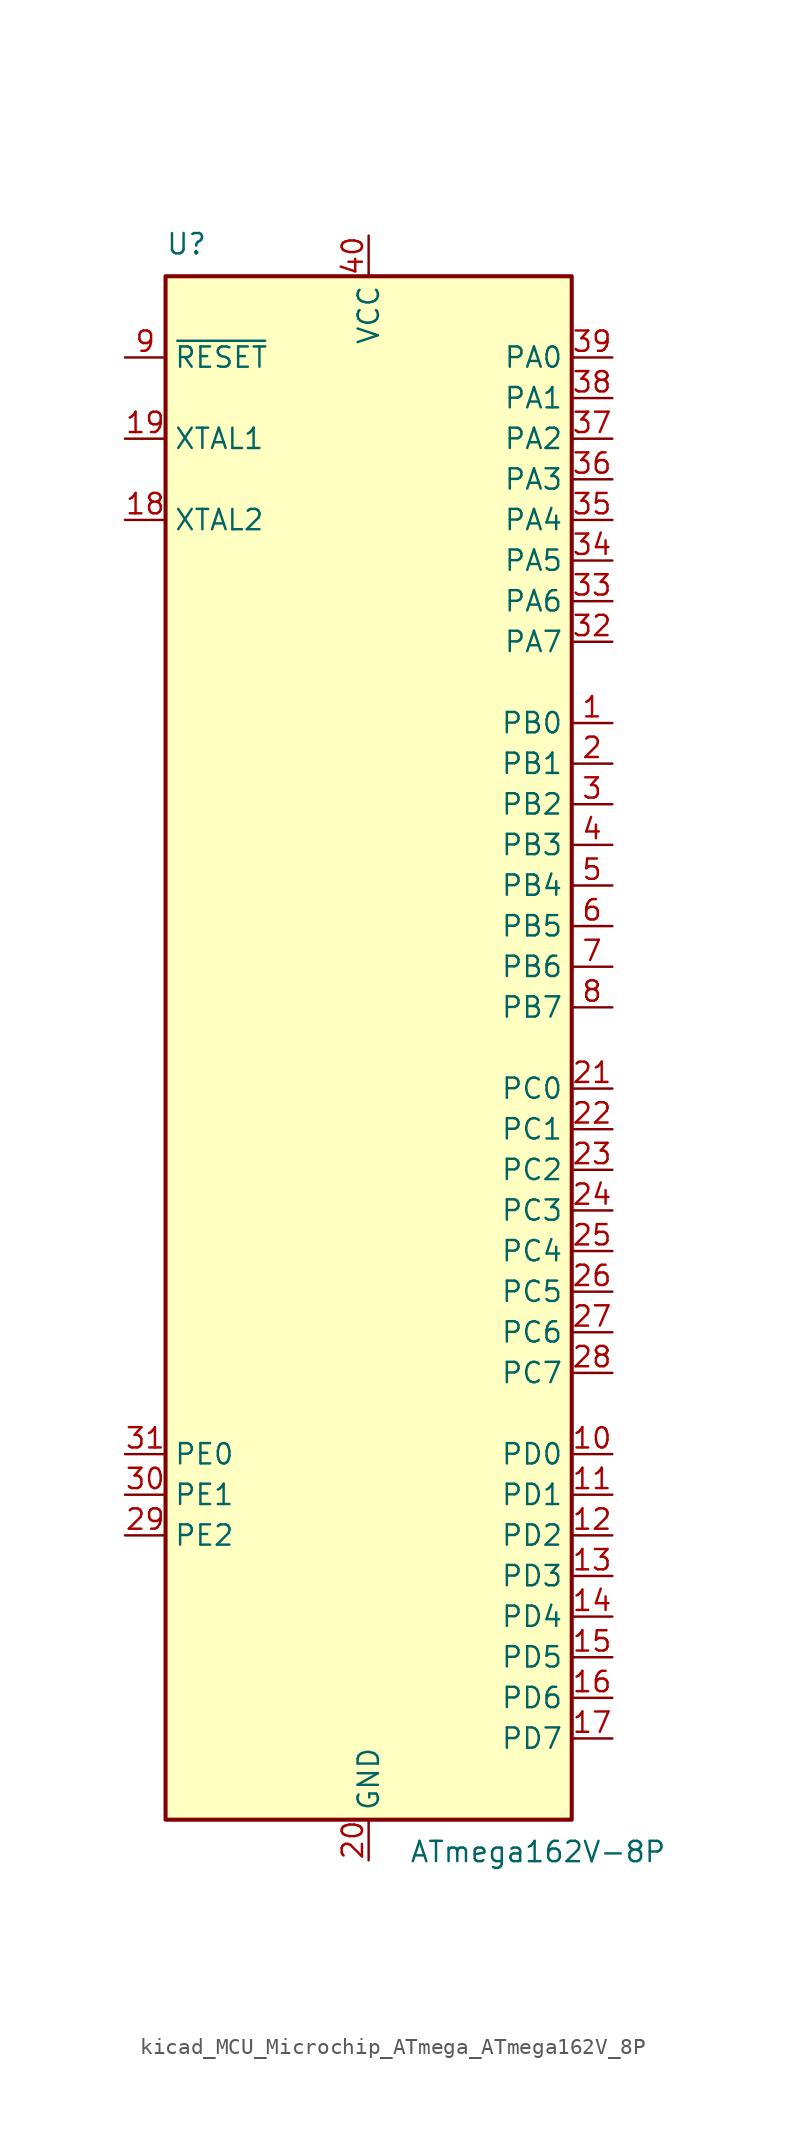
<source format=kicad_sym>
(kicad_symbol_lib
  (version 20220914)
  (generator kicad_symbol_editor)
  (symbol "kicad_MCU_Microchip_ATmega_ATmega162V_8P"
    (property "Reference" "U"
      (at -12.7 49.53 0)
      (effects (font (size 1.27 1.27)) (justify left bottom)))
    (property "Value" "ATmega162V-8P"
      (at 2.54 -49.53 0)
      (effects (font (size 1.27 1.27)) (justify left top)))
    (symbol "kicad_MCU_Microchip_ATmega_ATmega162V_8P_0_1"
      (rectangle (start -12.7 -48.26) (end 12.7 48.26) (stroke (width 0.254) (type default)) (fill (type background))))
    (symbol "kicad_MCU_Microchip_ATmega_ATmega162V_8P_1_1"
      (pin bidirectional line (at 15.24 20.32 180) (length 2.54) (name "PB0" (effects (font (size 1.27 1.27)))) (number "1" (effects (font (size 1.27 1.27)))))
      (pin bidirectional line (at 15.24 -25.4 180) (length 2.54) (name "PD0" (effects (font (size 1.27 1.27)))) (number "10" (effects (font (size 1.27 1.27)))))
      (pin bidirectional line (at 15.24 -27.94 180) (length 2.54) (name "PD1" (effects (font (size 1.27 1.27)))) (number "11" (effects (font (size 1.27 1.27)))))
      (pin bidirectional line (at 15.24 -30.48 180) (length 2.54) (name "PD2" (effects (font (size 1.27 1.27)))) (number "12" (effects (font (size 1.27 1.27)))))
      (pin bidirectional line (at 15.24 -33.02 180) (length 2.54) (name "PD3" (effects (font (size 1.27 1.27)))) (number "13" (effects (font (size 1.27 1.27)))))
      (pin bidirectional line (at 15.24 -35.56 180) (length 2.54) (name "PD4" (effects (font (size 1.27 1.27)))) (number "14" (effects (font (size 1.27 1.27)))))
      (pin bidirectional line (at 15.24 -38.1 180) (length 2.54) (name "PD5" (effects (font (size 1.27 1.27)))) (number "15" (effects (font (size 1.27 1.27)))))
      (pin bidirectional line (at 15.24 -40.64 180) (length 2.54) (name "PD6" (effects (font (size 1.27 1.27)))) (number "16" (effects (font (size 1.27 1.27)))))
      (pin bidirectional line (at 15.24 -43.18 180) (length 2.54) (name "PD7" (effects (font (size 1.27 1.27)))) (number "17" (effects (font (size 1.27 1.27)))))
      (pin output line (at -15.24 33.02 0) (length 2.54) (name "XTAL2" (effects (font (size 1.27 1.27)))) (number "18" (effects (font (size 1.27 1.27)))))
      (pin input line (at -15.24 38.1 0) (length 2.54) (name "XTAL1" (effects (font (size 1.27 1.27)))) (number "19" (effects (font (size 1.27 1.27)))))
      (pin bidirectional line (at 15.24 17.78 180) (length 2.54) (name "PB1" (effects (font (size 1.27 1.27)))) (number "2" (effects (font (size 1.27 1.27)))))
      (pin power_in line (at 0 -50.8 90) (length 2.54) (name "GND" (effects (font (size 1.27 1.27)))) (number "20" (effects (font (size 1.27 1.27)))))
      (pin bidirectional line (at 15.24 -2.54 180) (length 2.54) (name "PC0" (effects (font (size 1.27 1.27)))) (number "21" (effects (font (size 1.27 1.27)))))
      (pin bidirectional line (at 15.24 -5.08 180) (length 2.54) (name "PC1" (effects (font (size 1.27 1.27)))) (number "22" (effects (font (size 1.27 1.27)))))
      (pin bidirectional line (at 15.24 -7.62 180) (length 2.54) (name "PC2" (effects (font (size 1.27 1.27)))) (number "23" (effects (font (size 1.27 1.27)))))
      (pin bidirectional line (at 15.24 -10.16 180) (length 2.54) (name "PC3" (effects (font (size 1.27 1.27)))) (number "24" (effects (font (size 1.27 1.27)))))
      (pin bidirectional line (at 15.24 -12.7 180) (length 2.54) (name "PC4" (effects (font (size 1.27 1.27)))) (number "25" (effects (font (size 1.27 1.27)))))
      (pin bidirectional line (at 15.24 -15.24 180) (length 2.54) (name "PC5" (effects (font (size 1.27 1.27)))) (number "26" (effects (font (size 1.27 1.27)))))
      (pin bidirectional line (at 15.24 -17.78 180) (length 2.54) (name "PC6" (effects (font (size 1.27 1.27)))) (number "27" (effects (font (size 1.27 1.27)))))
      (pin bidirectional line (at 15.24 -20.32 180) (length 2.54) (name "PC7" (effects (font (size 1.27 1.27)))) (number "28" (effects (font (size 1.27 1.27)))))
      (pin bidirectional line (at -15.24 -30.48 0) (length 2.54) (name "PE2" (effects (font (size 1.27 1.27)))) (number "29" (effects (font (size 1.27 1.27)))))
      (pin bidirectional line (at 15.24 15.24 180) (length 2.54) (name "PB2" (effects (font (size 1.27 1.27)))) (number "3" (effects (font (size 1.27 1.27)))))
      (pin bidirectional line (at -15.24 -27.94 0) (length 2.54) (name "PE1" (effects (font (size 1.27 1.27)))) (number "30" (effects (font (size 1.27 1.27)))))
      (pin bidirectional line (at -15.24 -25.4 0) (length 2.54) (name "PE0" (effects (font (size 1.27 1.27)))) (number "31" (effects (font (size 1.27 1.27)))))
      (pin bidirectional line (at 15.24 25.4 180) (length 2.54) (name "PA7" (effects (font (size 1.27 1.27)))) (number "32" (effects (font (size 1.27 1.27)))))
      (pin bidirectional line (at 15.24 27.94 180) (length 2.54) (name "PA6" (effects (font (size 1.27 1.27)))) (number "33" (effects (font (size 1.27 1.27)))))
      (pin bidirectional line (at 15.24 30.48 180) (length 2.54) (name "PA5" (effects (font (size 1.27 1.27)))) (number "34" (effects (font (size 1.27 1.27)))))
      (pin bidirectional line (at 15.24 33.02 180) (length 2.54) (name "PA4" (effects (font (size 1.27 1.27)))) (number "35" (effects (font (size 1.27 1.27)))))
      (pin bidirectional line (at 15.24 35.56 180) (length 2.54) (name "PA3" (effects (font (size 1.27 1.27)))) (number "36" (effects (font (size 1.27 1.27)))))
      (pin bidirectional line (at 15.24 38.1 180) (length 2.54) (name "PA2" (effects (font (size 1.27 1.27)))) (number "37" (effects (font (size 1.27 1.27)))))
      (pin bidirectional line (at 15.24 40.64 180) (length 2.54) (name "PA1" (effects (font (size 1.27 1.27)))) (number "38" (effects (font (size 1.27 1.27)))))
      (pin bidirectional line (at 15.24 43.18 180) (length 2.54) (name "PA0" (effects (font (size 1.27 1.27)))) (number "39" (effects (font (size 1.27 1.27)))))
      (pin bidirectional line (at 15.24 12.7 180) (length 2.54) (name "PB3" (effects (font (size 1.27 1.27)))) (number "4" (effects (font (size 1.27 1.27)))))
      (pin power_in line (at 0 50.8 270) (length 2.54) (name "VCC" (effects (font (size 1.27 1.27)))) (number "40" (effects (font (size 1.27 1.27)))))
      (pin bidirectional line (at 15.24 10.16 180) (length 2.54) (name "PB4" (effects (font (size 1.27 1.27)))) (number "5" (effects (font (size 1.27 1.27)))))
      (pin bidirectional line (at 15.24 7.62 180) (length 2.54) (name "PB5" (effects (font (size 1.27 1.27)))) (number "6" (effects (font (size 1.27 1.27)))))
      (pin bidirectional line (at 15.24 5.08 180) (length 2.54) (name "PB6" (effects (font (size 1.27 1.27)))) (number "7" (effects (font (size 1.27 1.27)))))
      (pin bidirectional line (at 15.24 2.54 180) (length 2.54) (name "PB7" (effects (font (size 1.27 1.27)))) (number "8" (effects (font (size 1.27 1.27)))))
      (pin input line (at -15.24 43.18 0) (length 2.54) (name "~{RESET}" (effects (font (size 1.27 1.27)))) (number "9" (effects (font (size 1.27 1.27))))))))
</source>
